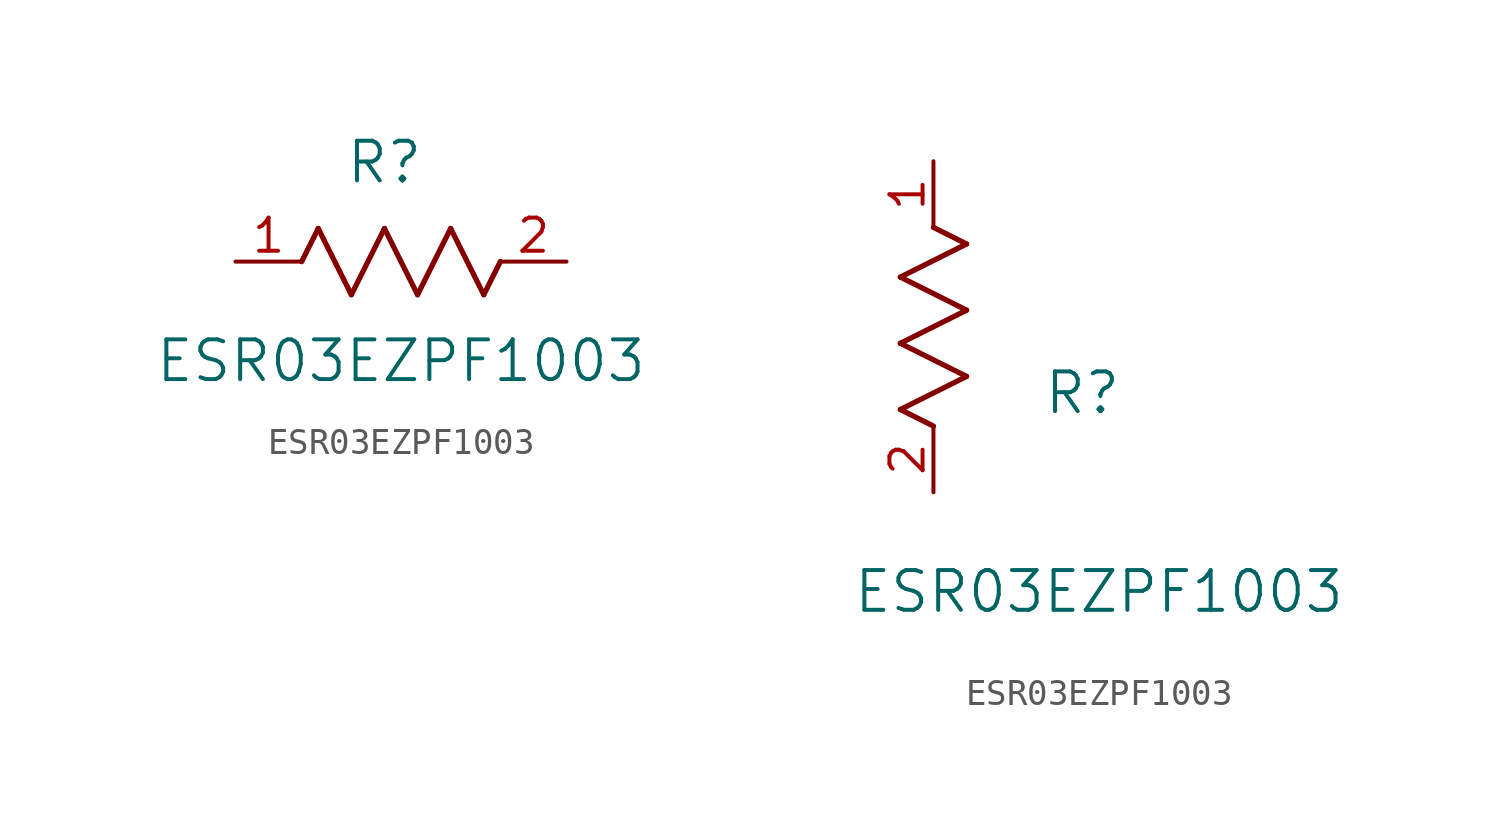
<source format=kicad_sym>
(kicad_symbol_lib
  (version 20211014)
  (generator kicad_symbol_editor)
  (symbol "ESR03EZPF1003"
    (pin_names
      (offset 0.254))
    (property "Reference" "R"
      (at 5.715 3.81 0)
      (effects (font (size 1.524 1.524))))
    (property "Value" "ESR03EZPF1003"
      (at 6.35 -3.81 0)
      (effects (font (size 1.524 1.524))))
    (symbol "ESR03EZPF1003_1_1"
      (polyline (pts (xy 3.175 1.27) (xy 4.445 -1.27)) (stroke (width 0.203) (type default) (color 0 0 0 0)) (fill (type none)))
      (polyline (pts (xy 4.445 -1.27) (xy 5.715 1.27)) (stroke (width 0.203) (type default) (color 0 0 0 0)) (fill (type none)))
      (polyline (pts (xy 5.715 1.27) (xy 6.985 -1.27)) (stroke (width 0.203) (type default) (color 0 0 0 0)) (fill (type none)))
      (polyline (pts (xy 6.985 -1.27) (xy 8.255 1.27)) (stroke (width 0.203) (type default) (color 0 0 0 0)) (fill (type none)))
      (polyline (pts (xy 8.255 1.27) (xy 9.525 -1.27)) (stroke (width 0.203) (type default) (color 0 0 0 0)) (fill (type none)))
      (polyline (pts (xy 2.54 0) (xy 3.175 1.27)) (stroke (width 0.203) (type default) (color 0 0 0 0)) (fill (type none)))
      (polyline (pts (xy 9.525 -1.27) (xy 10.16 0)) (stroke (width 0.203) (type default) (color 0 0 0 0)) (fill (type none)))
      (pin unspecified line (at 0 0 0) (length 2.54) (name "" (effects (font (size 1.27 1.27)))) (number "1" (effects (font (size 1.27 1.27)))))
      (pin unspecified line (at 12.7 0 180) (length 2.54) (name "" (effects (font (size 1.27 1.27)))) (number "2" (effects (font (size 1.27 1.27))))))
    (symbol "ESR03EZPF1003_1_2"
      (polyline (pts (xy 0 2.54) (xy -1.27 3.175)) (stroke (width 0.203) (type default) (color 0 0 0 0)) (fill (type none)))
      (polyline (pts (xy -1.27 3.175) (xy 1.27 4.445)) (stroke (width 0.203) (type default) (color 0 0 0 0)) (fill (type none)))
      (polyline (pts (xy 1.27 4.445) (xy -1.27 5.715)) (stroke (width 0.203) (type default) (color 0 0 0 0)) (fill (type none)))
      (polyline (pts (xy -1.27 5.715) (xy 1.27 6.985)) (stroke (width 0.203) (type default) (color 0 0 0 0)) (fill (type none)))
      (polyline (pts (xy -1.27 8.255) (xy 1.27 9.525)) (stroke (width 0.203) (type default) (color 0 0 0 0)) (fill (type none)))
      (polyline (pts (xy 1.27 9.525) (xy 0 10.16)) (stroke (width 0.203) (type default) (color 0 0 0 0)) (fill (type none)))
      (polyline (pts (xy 1.27 6.985) (xy -1.27 8.255)) (stroke (width 0.203) (type default) (color 0 0 0 0)) (fill (type none)))
      (pin unspecified line (at 0 12.7 270) (length 2.54) (name "" (effects (font (size 1.27 1.27)))) (number "1" (effects (font (size 1.27 1.27)))))
      (pin unspecified line (at 0 0 90) (length 2.54) (name "" (effects (font (size 1.27 1.27)))) (number "2" (effects (font (size 1.27 1.27))))))))
</source>
